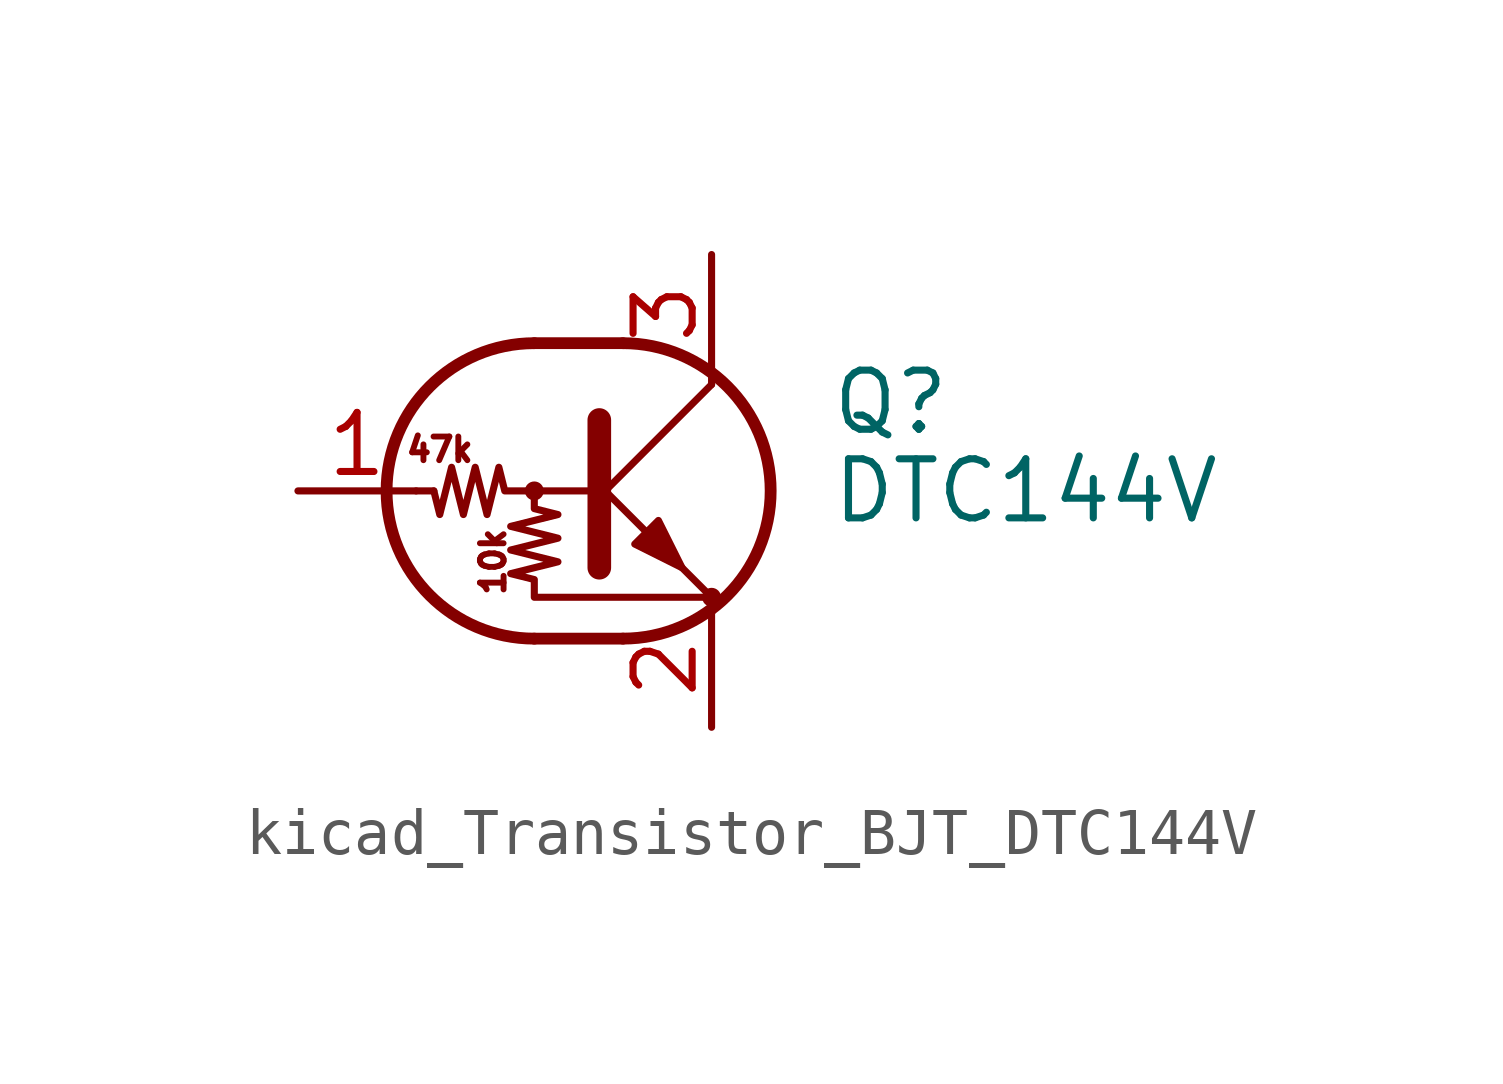
<source format=kicad_sym>
(kicad_symbol_lib
  (version 20220914)
  (generator kicad_symbol_editor)
  (symbol "kicad_Transistor_BJT_DTC144V"
    (pin_names
      (offset 0) hide)
    (property "Reference" "Q"
      (at 5.08 1.905 0)
      (effects (font (size 1.27 1.27)) (justify left)))
    (property "Value" "DTC144V"
      (at 5.08 0 0)
      (effects (font (size 1.27 1.27)) (justify left)))
    (symbol "kicad_Transistor_BJT_DTC144V_0_0"
      (text "10k" (at -2.159 -1.524 900) (effects (font (size 0.508 0.508))))
      (text "47k" (at -3.302 0.889 0) (effects (font (size 0.508 0.508)))))
    (symbol "kicad_Transistor_BJT_DTC144V_0_1"
      (circle (center -1.27 0) (radius 0.127) (stroke (width 0) (type default)) (fill (type none)))
      (arc (start -1.27 3.175) (mid -4.4312 0) (end -1.27 -3.175) (stroke (width 0.254) (type default)) (fill (type none)))
      (polyline (pts (xy -3.429 0) (xy -3.81 0)) (stroke (width 0) (type default)) (fill (type none)))
      (polyline (pts (xy -1.27 -3.175) (xy 0.635 -3.175)) (stroke (width 0.254) (type default)) (fill (type none)))
      (polyline (pts (xy -1.27 3.175) (xy 0.635 3.175)) (stroke (width 0.254) (type default)) (fill (type none)))
      (polyline (pts (xy 0 -0.254) (xy 2.54 2.286)) (stroke (width 0) (type default)) (fill (type none)))
      (polyline (pts (xy 0.127 1.524) (xy 0.127 -1.651)) (stroke (width 0.508) (type default)) (fill (type outline)))
      (polyline (pts (xy 2.54 2.286) (xy 2.54 2.54)) (stroke (width 0) (type default)) (fill (type none)))
      (polyline (pts (xy 2.54 -2.286) (xy 0 0.254) (xy 0 0.254)) (stroke (width 0) (type default)) (fill (type none)))
      (polyline (pts (xy 0.889 -1.143) (xy 1.397 -0.635) (xy 1.905 -1.651) (xy 0.889 -1.143)) (stroke (width 0) (type default)) (fill (type outline)))
      (polyline (pts (xy 0 0) (xy -1.905 0) (xy -2.032 0.508) (xy -2.286 -0.508) (xy -2.54 0.508) (xy -2.794 -0.508) (xy -3.048 0.508) (xy -3.302 -0.508) (xy -3.429 0)) (stroke (width 0) (type default)) (fill (type none)))
      (polyline (pts (xy -1.27 0) (xy -1.27 -0.381) (xy -0.762 -0.508) (xy -1.778 -0.762) (xy -0.762 -1.016) (xy -1.778 -1.27) (xy -0.762 -1.524) (xy -1.778 -1.778) (xy -1.27 -1.905) (xy -1.27 -2.286) (xy 2.54 -2.286)) (stroke (width 0) (type default)) (fill (type none)))
      (arc (start 0.635 -3.175) (mid 3.7962 0) (end 0.635 3.175) (stroke (width 0.254) (type default)) (fill (type none)))
      (circle (center 2.54 -2.286) (radius 0.127) (stroke (width 0) (type default)) (fill (type none))))
    (symbol "kicad_Transistor_BJT_DTC144V_1_1"
      (pin input line (at -6.35 0 0) (length 2.54) (name "B" (effects (font (size 1.27 1.27)))) (number "1" (effects (font (size 1.27 1.27)))))
      (pin passive line (at 2.54 -5.08 90) (length 2.54) (name "E" (effects (font (size 1.27 1.27)))) (number "2" (effects (font (size 1.27 1.27)))))
      (pin passive line (at 2.54 5.08 270) (length 2.54) (name "C" (effects (font (size 1.27 1.27)))) (number "3" (effects (font (size 1.27 1.27))))))))
</source>
